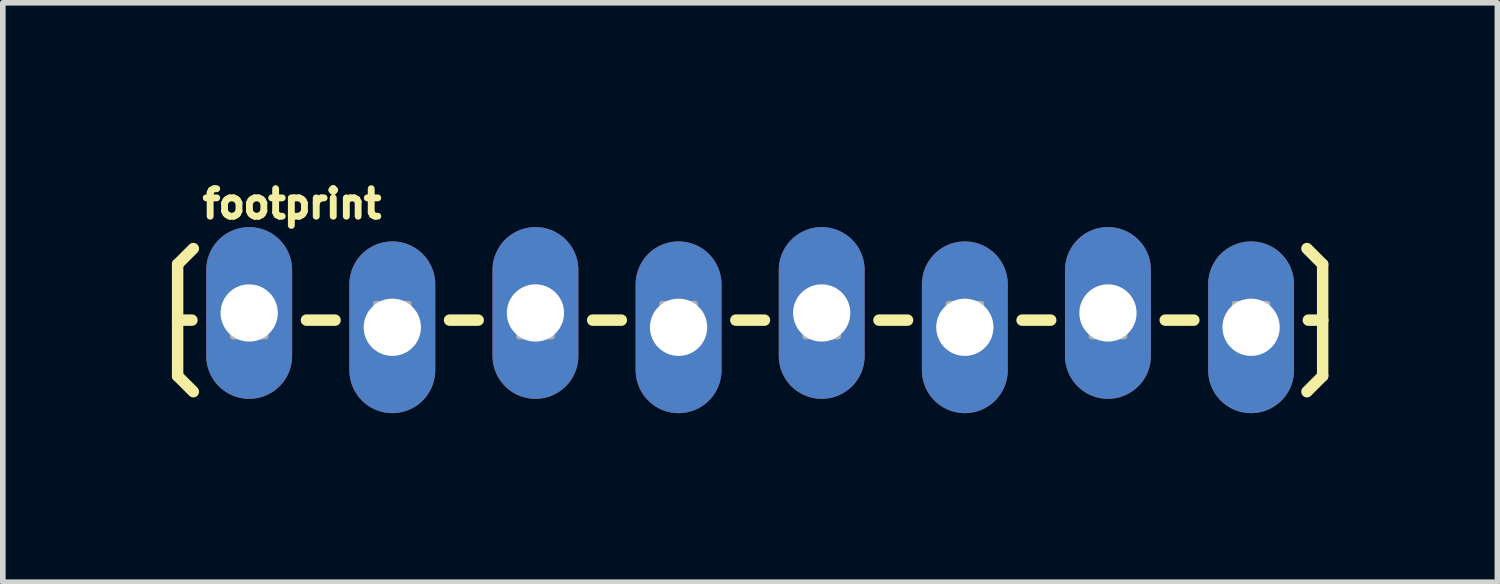
<source format=kicad_pcb>
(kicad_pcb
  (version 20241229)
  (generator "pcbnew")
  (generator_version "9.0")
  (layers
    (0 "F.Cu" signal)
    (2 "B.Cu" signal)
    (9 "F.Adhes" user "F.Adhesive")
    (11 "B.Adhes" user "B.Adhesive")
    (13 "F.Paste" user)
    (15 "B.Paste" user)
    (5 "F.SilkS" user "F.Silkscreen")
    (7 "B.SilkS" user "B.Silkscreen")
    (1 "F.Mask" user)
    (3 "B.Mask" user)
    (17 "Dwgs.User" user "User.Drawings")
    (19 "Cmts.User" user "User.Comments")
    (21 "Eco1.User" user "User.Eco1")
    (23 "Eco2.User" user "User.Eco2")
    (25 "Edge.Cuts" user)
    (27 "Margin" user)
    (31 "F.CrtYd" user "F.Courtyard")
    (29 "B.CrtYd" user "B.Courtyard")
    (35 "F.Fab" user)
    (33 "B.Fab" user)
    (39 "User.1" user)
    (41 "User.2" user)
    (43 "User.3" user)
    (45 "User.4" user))
  (footprint "footprint"
    (layer "F.Cu")
    (at 1.372 2.631)
    (property "Reference" "footprint" (at -0.889 -1.778 0) (layer "F.SilkS") (effects (font (size 0.488 0.488) (thickness 0.122)) (justify left bottom)))
    (fp_line (start -1.27 -0.991) (end -0.991 -1.27) (stroke (width 0.203) (type solid)) (layer "F.SilkS"))
    (fp_line (start -1.27 0) (end -1.27 -0.991) (stroke (width 0.203) (type solid)) (layer "F.SilkS"))
    (fp_line (start -1.27 0) (end -1.27 0.991) (stroke (width 0.203) (type solid)) (layer "F.SilkS"))
    (fp_line (start -1.27 0) (end -1.016 0) (stroke (width 0.203) (type solid)) (layer "F.SilkS"))
    (fp_line (start -1.27 0.991) (end -0.991 1.27) (stroke (width 0.203) (type solid)) (layer "F.SilkS"))
    (fp_line (start 1.524 0) (end 1.016 0) (stroke (width 0.203) (type solid)) (layer "F.SilkS"))
    (fp_line (start 4.064 0) (end 3.556 0) (stroke (width 0.203) (type solid)) (layer "F.SilkS"))
    (fp_line (start 6.604 0) (end 6.096 0) (stroke (width 0.203) (type solid)) (layer "F.SilkS"))
    (fp_line (start 9.144 0) (end 8.636 0) (stroke (width 0.203) (type solid)) (layer "F.SilkS"))
    (fp_line (start 11.684 0) (end 11.176 0) (stroke (width 0.203) (type solid)) (layer "F.SilkS"))
    (fp_line (start 14.224 0) (end 13.716 0) (stroke (width 0.203) (type solid)) (layer "F.SilkS"))
    (fp_line (start 16.764 0) (end 16.256 0) (stroke (width 0.203) (type solid)) (layer "F.SilkS"))
    (fp_line (start 19.05 -0.991) (end 18.771 -1.27) (stroke (width 0.203) (type solid)) (layer "F.SilkS"))
    (fp_line (start 19.05 0) (end 18.796 0) (stroke (width 0.203) (type solid)) (layer "F.SilkS"))
    (fp_line (start 19.05 0) (end 19.05 -0.991) (stroke (width 0.203) (type solid)) (layer "F.SilkS"))
    (fp_line (start 19.05 0) (end 19.05 0.991) (stroke (width 0.203) (type solid)) (layer "F.SilkS"))
    (fp_line (start 19.05 0.991) (end 18.771 1.27) (stroke (width 0.203) (type solid)) (layer "F.SilkS"))
    (fp_poly (pts (xy -0.292 0.292) (xy 0.292 0.292) (xy 0.292 -0.292) (xy -0.292 -0.292)) (stroke (width 0.1) (type solid)) (fill no) (layer "F.Fab"))
    (fp_poly (pts (xy 2.248 0.292) (xy 2.832 0.292) (xy 2.832 -0.292) (xy 2.248 -0.292)) (stroke (width 0.1) (type solid)) (fill no) (layer "F.Fab"))
    (fp_poly (pts (xy 4.788 0.292) (xy 5.372 0.292) (xy 5.372 -0.292) (xy 4.788 -0.292)) (stroke (width 0.1) (type solid)) (fill no) (layer "F.Fab"))
    (fp_poly (pts (xy 7.912 0.292) (xy 7.912 -0.292) (xy 7.328 -0.292) (xy 7.328 0.292)) (stroke (width 0.1) (type solid)) (fill no) (layer "F.Fab"))
    (fp_poly (pts (xy 9.868 0.292) (xy 10.452 0.292) (xy 10.452 -0.292) (xy 9.868 -0.292)) (stroke (width 0.1) (type solid)) (fill no) (layer "F.Fab"))
    (fp_poly (pts (xy 12.408 0.292) (xy 12.992 0.292) (xy 12.992 -0.292) (xy 12.408 -0.292)) (stroke (width 0.1) (type solid)) (fill no) (layer "F.Fab"))
    (fp_poly (pts (xy 14.948 0.292) (xy 15.532 0.292) (xy 15.532 -0.292) (xy 14.948 -0.292)) (stroke (width 0.1) (type solid)) (fill no) (layer "F.Fab"))
    (fp_poly (pts (xy 17.488 0.292) (xy 18.072 0.292) (xy 18.072 -0.292) (xy 17.488 -0.292)) (stroke (width 0.1) (type solid)) (fill no) (layer "F.Fab"))
    (pad "1" thru_hole oval (at 0 -0.127 90) (size 3.048 1.524) (drill 1.016) (layers "*.Cu" "*.Mask"))
    (pad "2" thru_hole oval (at 2.54 0.127 90) (size 3.048 1.524) (drill 1.016) (layers "*.Cu" "*.Mask"))
    (pad "3" thru_hole oval (at 5.08 -0.127 90) (size 3.048 1.524) (drill 1.016) (layers "*.Cu" "*.Mask"))
    (pad "4" thru_hole oval (at 7.62 0.127 90) (size 3.048 1.524) (drill 1.016) (layers "*.Cu" "*.Mask"))
    (pad "5" thru_hole oval (at 10.16 -0.127 90) (size 3.048 1.524) (drill 1.016) (layers "*.Cu" "*.Mask"))
    (pad "6" thru_hole oval (at 12.7 0.127 90) (size 3.048 1.524) (drill 1.016) (layers "*.Cu" "*.Mask"))
    (pad "7" thru_hole oval (at 15.24 -0.127 90) (size 3.048 1.524) (drill 1.016) (layers "*.Cu" "*.Mask"))
    (pad "8" thru_hole oval (at 17.78 0.127 90) (size 3.048 1.524) (drill 1.016) (layers "*.Cu" "*.Mask")))
  (gr_rect
    (start -3 -3)
    (end 23.523 7.282)
    (stroke (width 0.1) (type default))
    (fill no)
    (layer "Edge.Cuts")))
</source>
